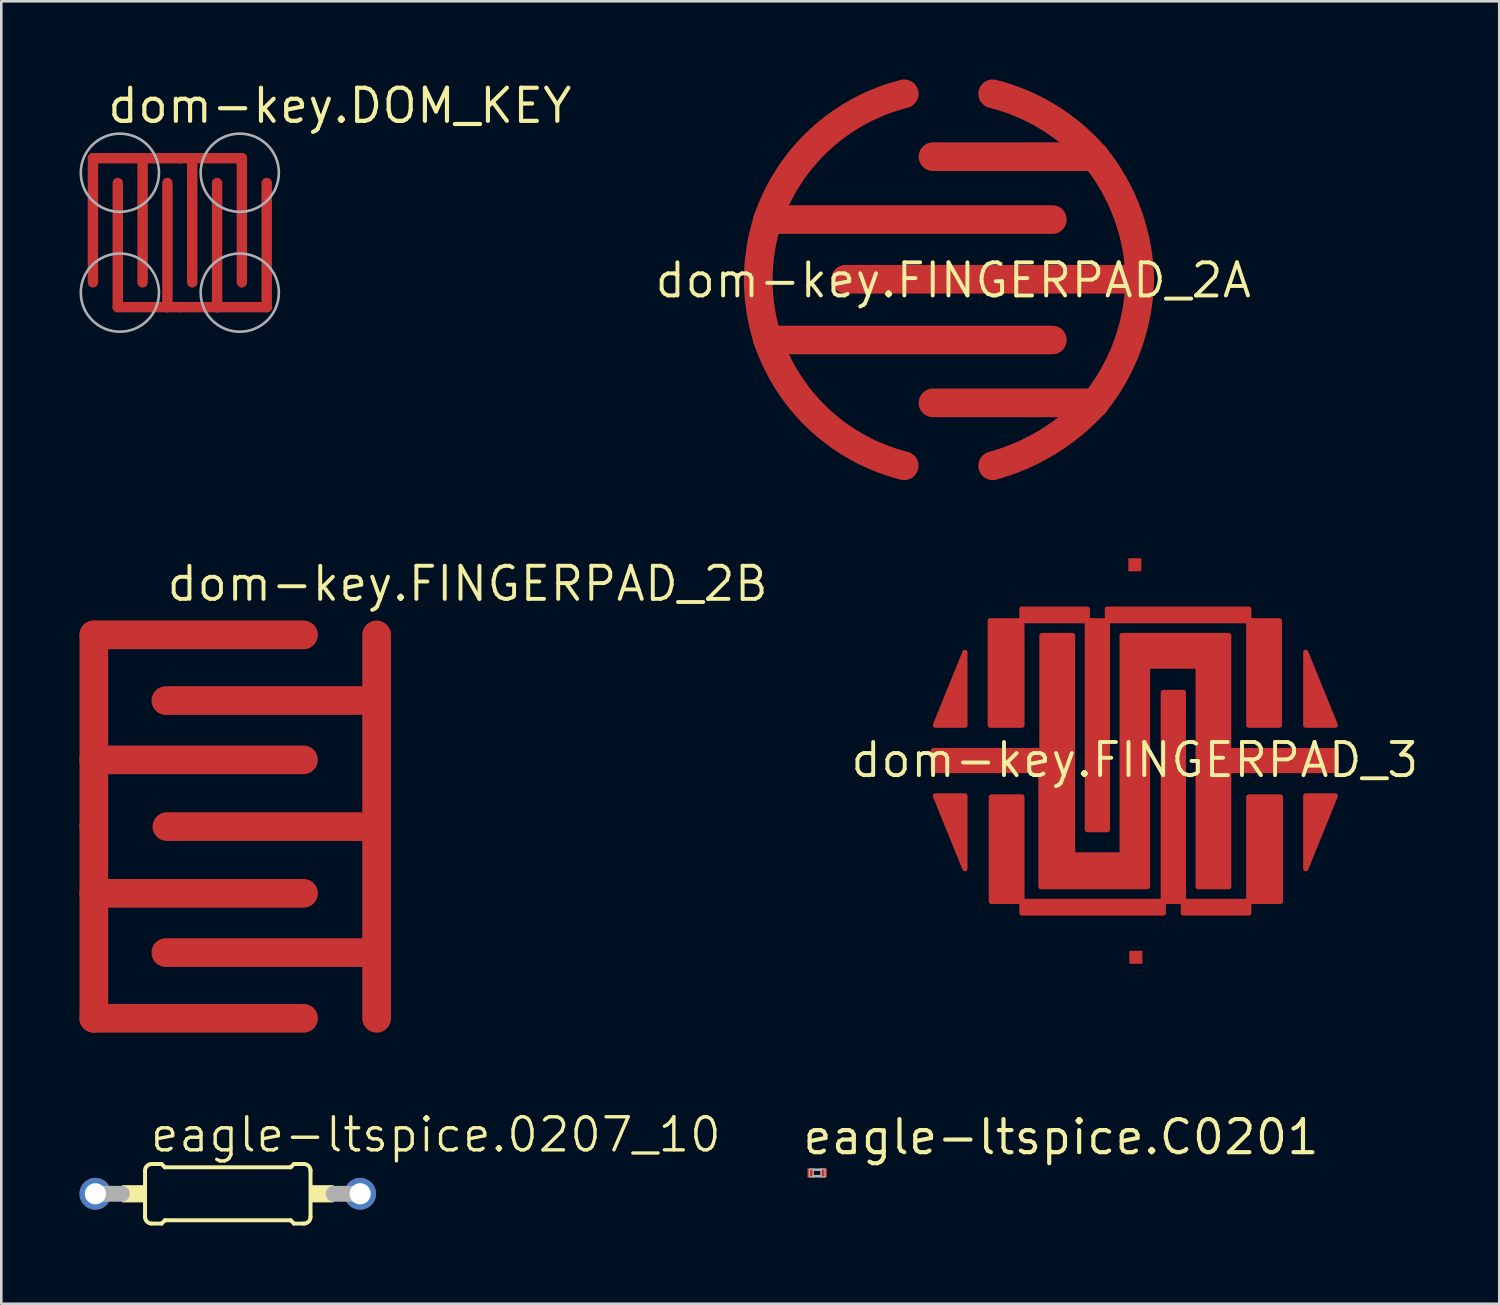
<source format=kicad_pcb>
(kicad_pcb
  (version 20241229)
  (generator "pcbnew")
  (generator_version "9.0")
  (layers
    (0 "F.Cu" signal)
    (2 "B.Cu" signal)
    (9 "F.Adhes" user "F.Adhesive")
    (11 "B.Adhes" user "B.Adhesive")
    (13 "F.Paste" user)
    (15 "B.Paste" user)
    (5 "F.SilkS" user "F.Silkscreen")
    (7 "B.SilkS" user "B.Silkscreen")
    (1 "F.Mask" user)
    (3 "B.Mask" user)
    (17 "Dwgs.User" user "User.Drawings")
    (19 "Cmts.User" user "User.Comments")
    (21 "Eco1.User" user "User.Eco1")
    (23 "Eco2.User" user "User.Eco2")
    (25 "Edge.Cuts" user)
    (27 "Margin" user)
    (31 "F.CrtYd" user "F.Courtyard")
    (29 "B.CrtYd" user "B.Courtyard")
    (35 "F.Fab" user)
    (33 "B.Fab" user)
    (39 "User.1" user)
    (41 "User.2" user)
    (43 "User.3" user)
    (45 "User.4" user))
  (footprint "eagle-ltspice.C0201"
    (layer "F.Cu")
    (at 28.305 41.958)
    (property "Reference" "eagle-ltspice.C0201" (at -0.635 -0.635 0) (layer "F.SilkS") (effects (font (size 1.27 1.27) (thickness 0.16)) (justify left bottom)))
    (attr smd)
    (fp_rect (start -0.3 0.15) (end -0.15 -0.15) (stroke (width 0.05) (type default)) (fill no) (layer "F.Fab"))
    (fp_rect (start -0.15 -0.1) (end 0.15 -0.15) (stroke (width 0.05) (type default)) (fill no) (layer "F.Fab"))
    (fp_rect (start -0.15 0.15) (end 0.15 0.1) (stroke (width 0.05) (type default)) (fill no) (layer "F.Fab"))
    (fp_rect (start 0.15 0.15) (end 0.3 -0.15) (stroke (width 0.05) (type default)) (fill no) (layer "F.Fab"))
    (pad "1" smd roundrect (at -0.25 0) (size 0.25 0.35) (layers "F.Cu" "F.Mask" "F.Paste") (roundrect_rratio 0.01))
    (pad "2" smd roundrect (at 0.25 0) (size 0.25 0.35) (layers "F.Cu" "F.Mask" "F.Paste") (roundrect_rratio 0.01)))
  (footprint "eagle-ltspice.0207_10"
    (layer "F.Cu")
    (at 5.69 42.757)
    (property "Reference" "eagle-ltspice.0207_10" (at -3.048 -1.524 0) (layer "F.SilkS") (effects (font (size 1.27 1.27) (thickness 0.13)) (justify left bottom)))
    (attr through_hole)
    (fp_line (start -3.175 0.889) (end -3.175 -0.889) (stroke (width 0.152) (type default)) (layer "F.SilkS"))
    (fp_line (start -2.921 -1.143) (end -2.54 -1.143) (stroke (width 0.152) (type default)) (layer "F.SilkS"))
    (fp_line (start -2.921 1.143) (end -2.54 1.143) (stroke (width 0.152) (type default)) (layer "F.SilkS"))
    (fp_line (start -2.413 -1.016) (end -2.54 -1.143) (stroke (width 0.152) (type default)) (layer "F.SilkS"))
    (fp_line (start -2.413 1.016) (end -2.54 1.143) (stroke (width 0.152) (type default)) (layer "F.SilkS"))
    (fp_line (start 2.413 -1.016) (end -2.413 -1.016) (stroke (width 0.152) (type default)) (layer "F.SilkS"))
    (fp_line (start 2.413 -1.016) (end 2.54 -1.143) (stroke (width 0.152) (type default)) (layer "F.SilkS"))
    (fp_line (start 2.413 1.016) (end -2.413 1.016) (stroke (width 0.152) (type default)) (layer "F.SilkS"))
    (fp_line (start 2.413 1.016) (end 2.54 1.143) (stroke (width 0.152) (type default)) (layer "F.SilkS"))
    (fp_line (start 2.921 -1.143) (end 2.54 -1.143) (stroke (width 0.152) (type default)) (layer "F.SilkS"))
    (fp_line (start 2.921 1.143) (end 2.54 1.143) (stroke (width 0.152) (type default)) (layer "F.SilkS"))
    (fp_line (start 3.175 0.889) (end 3.175 -0.889) (stroke (width 0.152) (type default)) (layer "F.SilkS"))
    (fp_rect (start -4.039 0.305) (end -3.175 -0.305) (stroke (width 0.05) (type default)) (fill yes) (layer "F.SilkS"))
    (fp_rect (start 3.175 0.305) (end 4.039 -0.305) (stroke (width 0.05) (type default)) (fill yes) (layer "F.SilkS"))
    (fp_arc (start -3.175 -0.889) (mid -3.100605 -1.068605) (end -2.921 -1.143) (stroke (width 0.1524) (type default)) (layer "F.SilkS"))
    (fp_arc (start -2.921 1.143) (mid -3.100605 1.068605) (end -3.175 0.889) (stroke (width 0.1524) (type default)) (layer "F.SilkS"))
    (fp_arc (start 2.921 -1.143) (mid 3.100605 -1.068605) (end 3.175 -0.889) (stroke (width 0.1524) (type default)) (layer "F.SilkS"))
    (fp_arc (start 3.175 0.889) (mid 3.100605 1.068605) (end 2.921 1.143) (stroke (width 0.1524) (type default)) (layer "F.SilkS"))
    (fp_line (start -5.08 0) (end -4.064 0) (stroke (width 0.61) (type default)) (layer "F.Fab"))
    (fp_line (start 5.08 0) (end 4.064 0) (stroke (width 0.61) (type default)) (layer "F.Fab"))
    (pad "1" thru_hole circle (at -5.08 0) (size 1.219 1.219) (drill 0.813) (layers "*.Cu" "*.Mask"))
    (pad "2" thru_hole circle (at 5.08 0) (size 1.219 1.219) (drill 0.813) (layers "*.Cu" "*.Mask")))
  (footprint "dom-key.DOM_KEY"
    (layer "F.Cu")
    (at 3.85 5.878)
    (property "Reference" "dom-key.DOM_KEY" (at -2.857 -4.128 0) (layer "F.SilkS") (effects (font (size 1.27 1.27) (thickness 0.16)) (justify left bottom)))
    (attr smd)
    (fp_line (start -3.334 -2.857) (end -3.334 1.905) (stroke (width 0.4) (type default)) (layer "F.Cu"))
    (fp_line (start -2.381 2.857) (end -2.381 -1.905) (stroke (width 0.4) (type default)) (layer "F.Cu"))
    (fp_line (start -2.381 2.857) (end -0.476 2.857) (stroke (width 0.4) (type default)) (layer "F.Cu"))
    (fp_line (start -1.429 -2.857) (end -3.334 -2.857) (stroke (width 0.4) (type default)) (layer "F.Cu"))
    (fp_line (start -1.429 -2.857) (end -1.429 1.905) (stroke (width 0.4) (type default)) (layer "F.Cu"))
    (fp_line (start -0.476 2.857) (end -0.476 -1.905) (stroke (width 0.4) (type default)) (layer "F.Cu"))
    (fp_line (start -0.476 2.857) (end 0 2.857) (stroke (width 0.4) (type default)) (layer "F.Cu"))
    (fp_line (start 0 -2.857) (end -1.429 -2.857) (stroke (width 0.4) (type default)) (layer "F.Cu"))
    (fp_line (start 0 2.857) (end 1.429 2.857) (stroke (width 0.4) (type default)) (layer "F.Cu"))
    (fp_line (start 0.476 -2.857) (end 0 -2.857) (stroke (width 0.4) (type default)) (layer "F.Cu"))
    (fp_line (start 0.476 -2.857) (end 0.476 1.905) (stroke (width 0.4) (type default)) (layer "F.Cu"))
    (fp_line (start 1.429 2.857) (end 1.429 -1.905) (stroke (width 0.4) (type default)) (layer "F.Cu"))
    (fp_line (start 1.429 2.857) (end 3.334 2.857) (stroke (width 0.4) (type default)) (layer "F.Cu"))
    (fp_line (start 2.381 -2.857) (end 0.476 -2.857) (stroke (width 0.4) (type default)) (layer "F.Cu"))
    (fp_line (start 2.381 -2.857) (end 2.381 1.905) (stroke (width 0.4) (type default)) (layer "F.Cu"))
    (fp_line (start 3.334 2.857) (end 3.334 -1.905) (stroke (width 0.4) (type default)) (layer "F.Cu"))
    (fp_rect (start -3.81 3.81) (end 3.81 -3.81) (stroke (width 0.05) (type default)) (fill yes) (layer "F.Mask"))
    (fp_circle (center -2.3 -2.3) (end -0.8 -2.3) (stroke (width 0.1) (type default)) (fill no) (layer "F.Fab"))
    (fp_circle (center -2.3 2.3) (end -0.8 2.3) (stroke (width 0.1) (type default)) (fill no) (layer "F.Fab"))
    (fp_circle (center 2.3 -2.3) (end 3.8 -2.3) (stroke (width 0.1) (type default)) (fill no) (layer "F.Fab"))
    (fp_circle (center 2.3 2.3) (end 3.8 2.3) (stroke (width 0.1) (type default)) (fill no) (layer "F.Fab"))
    (pad "1" smd roundrect (at 0 -2.857) (size 0.61 0.229) (layers "F.Cu" "F.Mask" "F.Paste") (roundrect_rratio 0.01))
    (pad "2" smd roundrect (at 0 2.857) (size 0.61 0.229) (layers "F.Cu" "F.Mask" "F.Paste") (roundrect_rratio 0.01)))
  (footprint "dom-key.FINGERPAD_2B"
    (layer "F.Cu")
    (at 5.915 28.667)
    (property "Reference" "dom-key.FINGERPAD_2B" (at -2.642 -8.575 0) (layer "F.SilkS") (effects (font (size 1.27 1.27) (thickness 0.15)) (justify left bottom)))
    (attr smd)
    (fp_line (start -5.365 -7.356) (end 2.682 -7.356) (stroke (width 1.1) (type default)) (layer "F.Cu"))
    (fp_line (start -5.365 -2.56) (end -5.365 -7.356) (stroke (width 1.1) (type default)) (layer "F.Cu"))
    (fp_line (start -5.365 -2.56) (end 2.682 -2.56) (stroke (width 1.1) (type default)) (layer "F.Cu"))
    (fp_line (start -5.365 0) (end -5.365 -2.56) (stroke (width 1.1) (type default)) (layer "F.Cu"))
    (fp_line (start -5.365 2.56) (end -5.365 0) (stroke (width 1.1) (type default)) (layer "F.Cu"))
    (fp_line (start -5.365 2.56) (end 2.682 2.56) (stroke (width 1.1) (type default)) (layer "F.Cu"))
    (fp_line (start -5.365 7.356) (end -5.365 2.56) (stroke (width 1.1) (type default)) (layer "F.Cu"))
    (fp_line (start -2.601 -4.836) (end 5.486 -4.836) (stroke (width 1.1) (type default)) (layer "F.Cu"))
    (fp_line (start -2.56 0) (end 5.486 0) (stroke (width 1.1) (type default)) (layer "F.Cu"))
    (fp_line (start 2.682 7.356) (end -5.365 7.356) (stroke (width 1.1) (type default)) (layer "F.Cu"))
    (fp_line (start 5.486 -4.836) (end 5.486 -7.356) (stroke (width 1.1) (type default)) (layer "F.Cu"))
    (fp_line (start 5.486 0) (end 5.486 -4.836) (stroke (width 1.1) (type default)) (layer "F.Cu"))
    (fp_line (start 5.486 0) (end 5.486 4.836) (stroke (width 1.1) (type default)) (layer "F.Cu"))
    (fp_line (start 5.486 4.836) (end -2.601 4.836) (stroke (width 1.1) (type default)) (layer "F.Cu"))
    (fp_line (start 5.486 4.836) (end 5.486 7.356) (stroke (width 1.1) (type default)) (layer "F.Cu"))
    (pad "1" smd roundrect (at -5.365 0) (size 0.5 0.5) (layers "F.Cu" "F.Mask" "F.Paste") (roundrect_rratio 0.01))
    (pad "2" smd roundrect (at 5.486 0) (size 0.5 0.5) (layers "F.Cu" "F.Mask" "F.Paste") (roundrect_rratio 0.01)))
  (footprint "dom-key.FINGERPAD_3"
    (layer "F.Cu")
    (at 40.494 26.112)
    (property "Reference" "dom-key.FINGERPAD_3" (at 0 0 0) (layer "F.SilkS") (effects (font (size 1.27 1.27) (thickness 0.15))))
    (attr smd)
    (fp_poly (pts (xy -6.519 -1.336) (xy -7.652 -1.336) (xy -6.519 -4.13)) (stroke (width 0.2) (type default)) (fill yes) (layer "F.Cu"))
    (fp_poly (pts (xy -6.519 1.377) (xy -7.652 1.377) (xy -6.519 4.17)) (stroke (width 0.2) (type default)) (fill yes) (layer "F.Cu"))
    (fp_poly (pts (xy 6.559 -1.336) (xy 7.693 -1.336) (xy 6.559 -4.13)) (stroke (width 0.2) (type default)) (fill yes) (layer "F.Cu"))
    (fp_poly (pts (xy 6.559 1.377) (xy 7.693 1.377) (xy 6.559 4.17)) (stroke (width 0.2) (type default)) (fill yes) (layer "F.Cu"))
    (fp_poly (pts (xy -5.547 -1.336) (xy -4.332 -1.336) (xy -4.332 -5.79) (xy -1.822 -5.79) (xy -1.822 2.672) (xy -1.053 2.672) (xy -1.053 -5.79) (xy 4.373 -5.79) (xy 4.373 -1.336) (xy 5.547 -1.336) (xy 5.547 -5.344) (xy -5.547 -5.344)) (stroke (width 0.2) (type default)) (fill yes) (layer "F.Cu"))
    (fp_poly (pts (xy 5.587 1.417) (xy 4.373 1.417) (xy 4.373 5.871) (xy 1.862 5.871) (xy 1.862 -2.591) (xy 1.093 -2.591) (xy 1.093 5.871) (xy -4.332 5.871) (xy -4.332 1.417) (xy -5.506 1.417) (xy -5.506 5.425) (xy 5.587 5.425)) (stroke (width 0.2) (type default)) (fill yes) (layer "F.Cu"))
    (fp_poly (pts (xy -7.733 -0.364) (xy -3.563 -0.364) (xy -3.563 -4.778) (xy -2.389 -4.778) (xy -2.389 3.644) (xy -0.486 3.644) (xy -0.486 -4.778) (xy 3.603 -4.778) (xy 3.603 -0.364) (xy 7.733 -0.364) (xy 7.733 0.405) (xy 3.603 0.405) (xy 3.603 4.859) (xy 2.429 4.859) (xy 2.429 -3.603) (xy 0.486 -3.603) (xy 0.486 4.859) (xy -3.603 4.859) (xy -3.603 0.405) (xy -7.733 0.405)) (stroke (width 0.2) (type default)) (fill yes) (layer "F.Cu"))
    (pad "1" smd roundrect (at 0 -7.49) (size 0.5 0.5) (layers "F.Cu" "F.Mask" "F.Paste") (roundrect_rratio 0.01))
    (pad "2A" smd roundrect (at -7.571 0) (size 0.5 0.5) (layers "F.Cu" "F.Mask" "F.Paste") (roundrect_rratio 0.01))
    (pad "2B" smd roundrect (at 7.571 0) (size 0.5 0.5) (layers "F.Cu" "F.Mask" "F.Paste") (roundrect_rratio 0.01))
    (pad "3" smd roundrect (at 0.04 7.571) (size 0.5 0.5) (layers "F.Cu" "F.Mask" "F.Paste") (roundrect_rratio 0.01)))
  (footprint "dom-key.FINGERPAD_2A"
    (layer "F.Cu")
    (at 33.526 7.706)
    (property "Reference" "dom-key.FINGERPAD_2A" (at 0 0 0) (layer "F.SilkS") (effects (font (size 1.27 1.27) (thickness 0.15))))
    (attr smd)
    (fp_line (start -7.116 2.29) (end 3.803 2.29) (stroke (width 1.1) (type default)) (layer "F.Cu"))
    (fp_line (start -4.13 -0.041) (end 7.156 -0.041) (stroke (width 1.1) (type default)) (layer "F.Cu"))
    (fp_line (start -0.777 -4.744) (end 5.439 -4.744) (stroke (width 1.1) (type default)) (layer "F.Cu"))
    (fp_line (start -0.777 4.703) (end 5.439 4.703) (stroke (width 1.1) (type default)) (layer "F.Cu"))
    (fp_line (start 3.803 -2.331) (end -7.116 -2.331) (stroke (width 1.1) (type default)) (layer "F.Cu"))
    (fp_arc (start -7.483556 0) (mid -7.388543 -1.179526) (end -7.115513 -2.330944) (stroke (width 1.1) (type default)) (layer "F.Cu"))
    (fp_arc (start -7.115513 -2.330944) (mid -5.111739 -5.409087) (end -1.881113 -7.156406) (stroke (width 1.1) (type default)) (layer "F.Cu"))
    (fp_arc (start -7.115513 2.29005) (mid -7.386437 1.158992) (end -7.483556 0) (stroke (width 1.1) (type default)) (layer "F.Cu"))
    (fp_arc (start -1.881113 7.115513) (mid -5.11222 5.368715) (end -7.115513 2.29005) (stroke (width 1.1) (type default)) (layer "F.Cu"))
    (fp_arc (start 1.513069 -7.156406) (mid 3.661452 -6.251844) (end 5.438869 -4.743675) (stroke (width 1.1) (type default)) (layer "F.Cu"))
    (fp_arc (start 5.438869 -4.743675) (mid 6.691512 -2.536134) (end 7.156406 -0.040894) (stroke (width 1.1) (type default)) (layer "F.Cu"))
    (fp_arc (start 5.438869 4.702781) (mid 3.647843 6.188807) (end 1.513069 7.115513) (stroke (width 1.1) (type default)) (layer "F.Cu"))
    (fp_arc (start 7.156406 -0.040894) (mid 6.693927 2.474428) (end 5.438869 4.702781) (stroke (width 1.1) (type default)) (layer "F.Cu"))
    (pad "1" smd roundrect (at -7.484 0) (size 0.5 0.5) (layers "F.Cu" "F.Mask" "F.Paste") (roundrect_rratio 0.01))
    (pad "2" smd roundrect (at 7.156 -0.041) (size 0.5 0.5) (layers "F.Cu" "F.Mask" "F.Paste") (roundrect_rratio 0.01)))
  (gr_rect
    (start -3 -3)
    (end 54.478 46.976)
    (stroke (width 0.1) (type default))
    (fill no)
    (layer "Edge.Cuts")))
</source>
